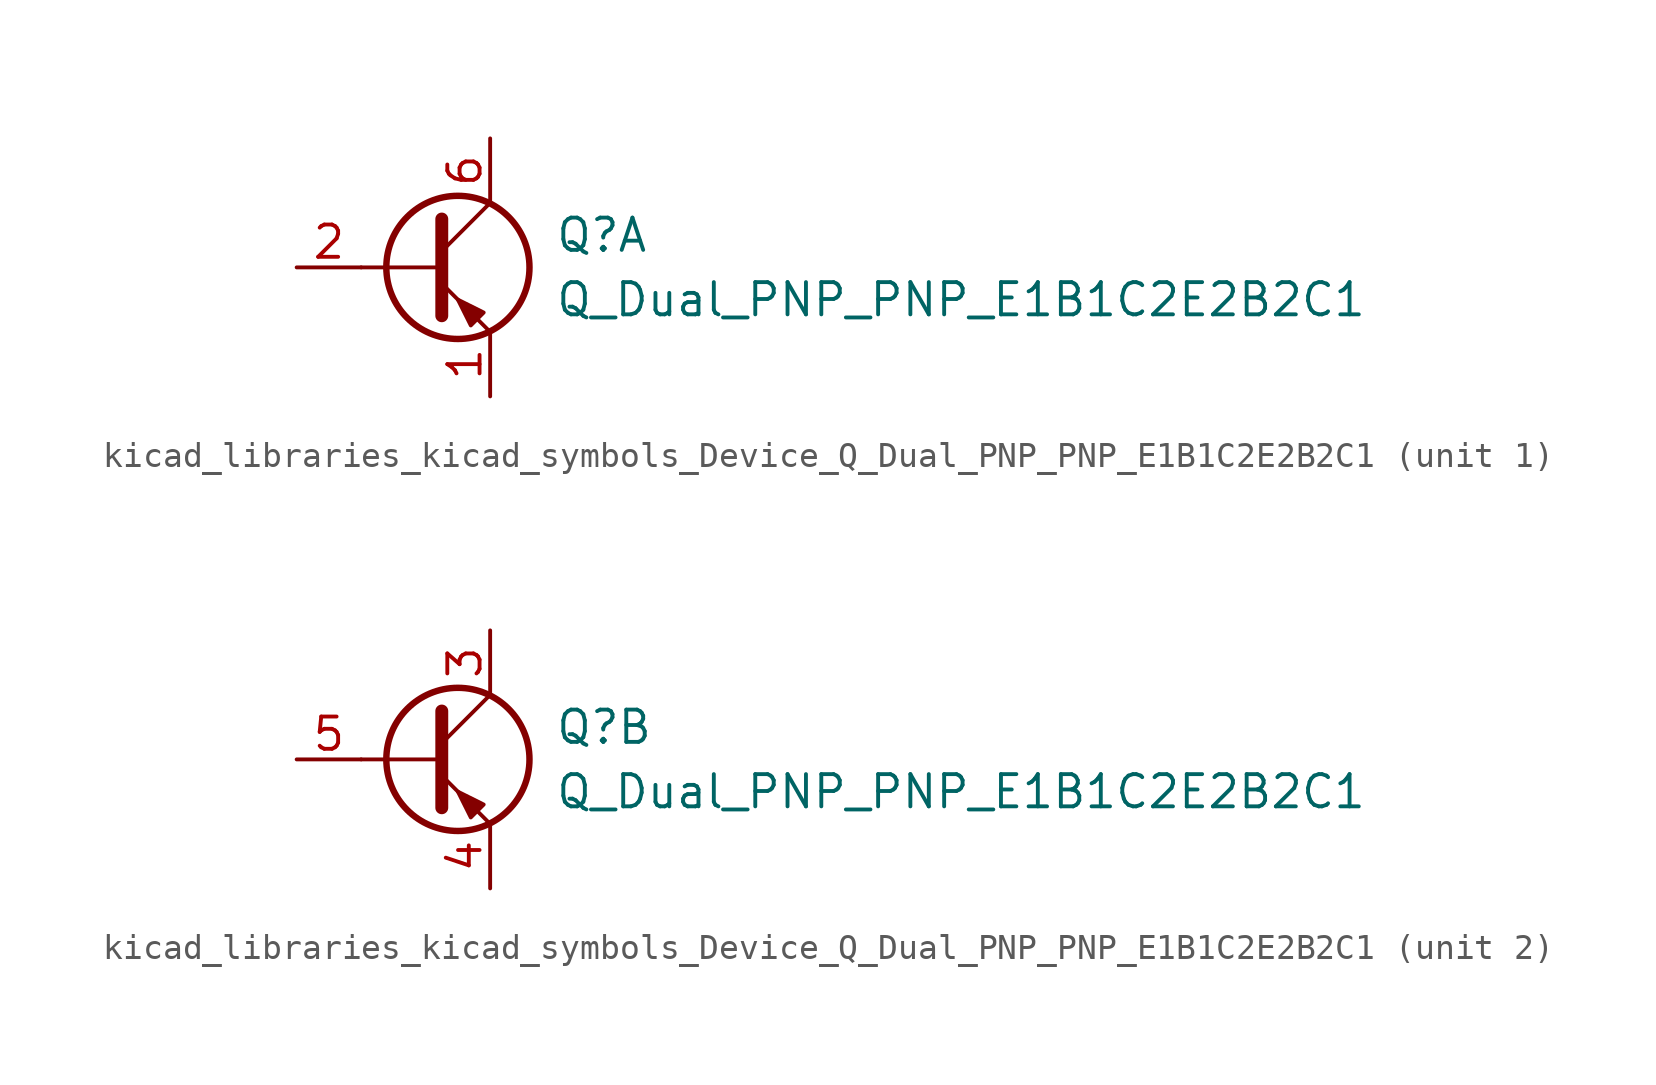
<source format=kicad_sym>
(kicad_symbol_lib
  (version 20220914)
  (generator kicad_symbol_editor)
  (symbol "kicad_libraries_kicad_symbols_Device_Q_Dual_PNP_PNP_E1B1C2E2B2C1"
    (pin_names
      (offset 0) hide)
    (property "Reference" "Q"
      (at 5.08 1.27 0)
      (effects (font (size 1.27 1.27)) (justify left)))
    (property "Value" "Q_Dual_PNP_PNP_E1B1C2E2B2C1"
      (at 5.08 -1.27 0)
      (effects (font (size 1.27 1.27)) (justify left)))
    (property "ki_locked" ""
      (at 0 0 0)
      (effects (font (size 1.27 1.27))))
    (symbol "kicad_libraries_kicad_symbols_Device_Q_Dual_PNP_PNP_E1B1C2E2B2C1_0_1"
      (polyline (pts (xy 0.635 0) (xy -2.54 0)) (stroke (width 0) (type default)) (fill (type none)))
      (polyline (pts (xy 0.635 0.635) (xy 2.54 2.54)) (stroke (width 0) (type default)) (fill (type none)))
      (polyline (pts (xy 0.635 -0.635) (xy 2.54 -2.54) (xy 2.54 -2.54)) (stroke (width 0) (type default)) (fill (type none)))
      (polyline (pts (xy 0.635 1.905) (xy 0.635 -1.905) (xy 0.635 -1.905)) (stroke (width 0.508) (type default)) (fill (type none)))
      (polyline (pts (xy 2.286 -1.778) (xy 1.778 -2.286) (xy 1.27 -1.27) (xy 2.286 -1.778) (xy 2.286 -1.778)) (stroke (width 0) (type default)) (fill (type outline)))
      (circle (center 1.27 0) (radius 2.819) (stroke (width 0.254) (type default)) (fill (type none))))
    (symbol "kicad_libraries_kicad_symbols_Device_Q_Dual_PNP_PNP_E1B1C2E2B2C1_1_1"
      (pin passive line (at 2.54 -5.08 90) (length 2.54) (name "E1" (effects (font (size 1.27 1.27)))) (number "1" (effects (font (size 1.27 1.27)))))
      (pin input line (at -5.08 0 0) (length 2.54) (name "B1" (effects (font (size 1.27 1.27)))) (number "2" (effects (font (size 1.27 1.27)))))
      (pin passive line (at 2.54 5.08 270) (length 2.54) (name "C1" (effects (font (size 1.27 1.27)))) (number "6" (effects (font (size 1.27 1.27))))))
    (symbol "kicad_libraries_kicad_symbols_Device_Q_Dual_PNP_PNP_E1B1C2E2B2C1_2_1"
      (pin passive line (at 2.54 5.08 270) (length 2.54) (name "C2" (effects (font (size 1.27 1.27)))) (number "3" (effects (font (size 1.27 1.27)))))
      (pin passive line (at 2.54 -5.08 90) (length 2.54) (name "E2" (effects (font (size 1.27 1.27)))) (number "4" (effects (font (size 1.27 1.27)))))
      (pin input line (at -5.08 0 0) (length 2.54) (name "B2" (effects (font (size 1.27 1.27)))) (number "5" (effects (font (size 1.27 1.27))))))))
</source>
